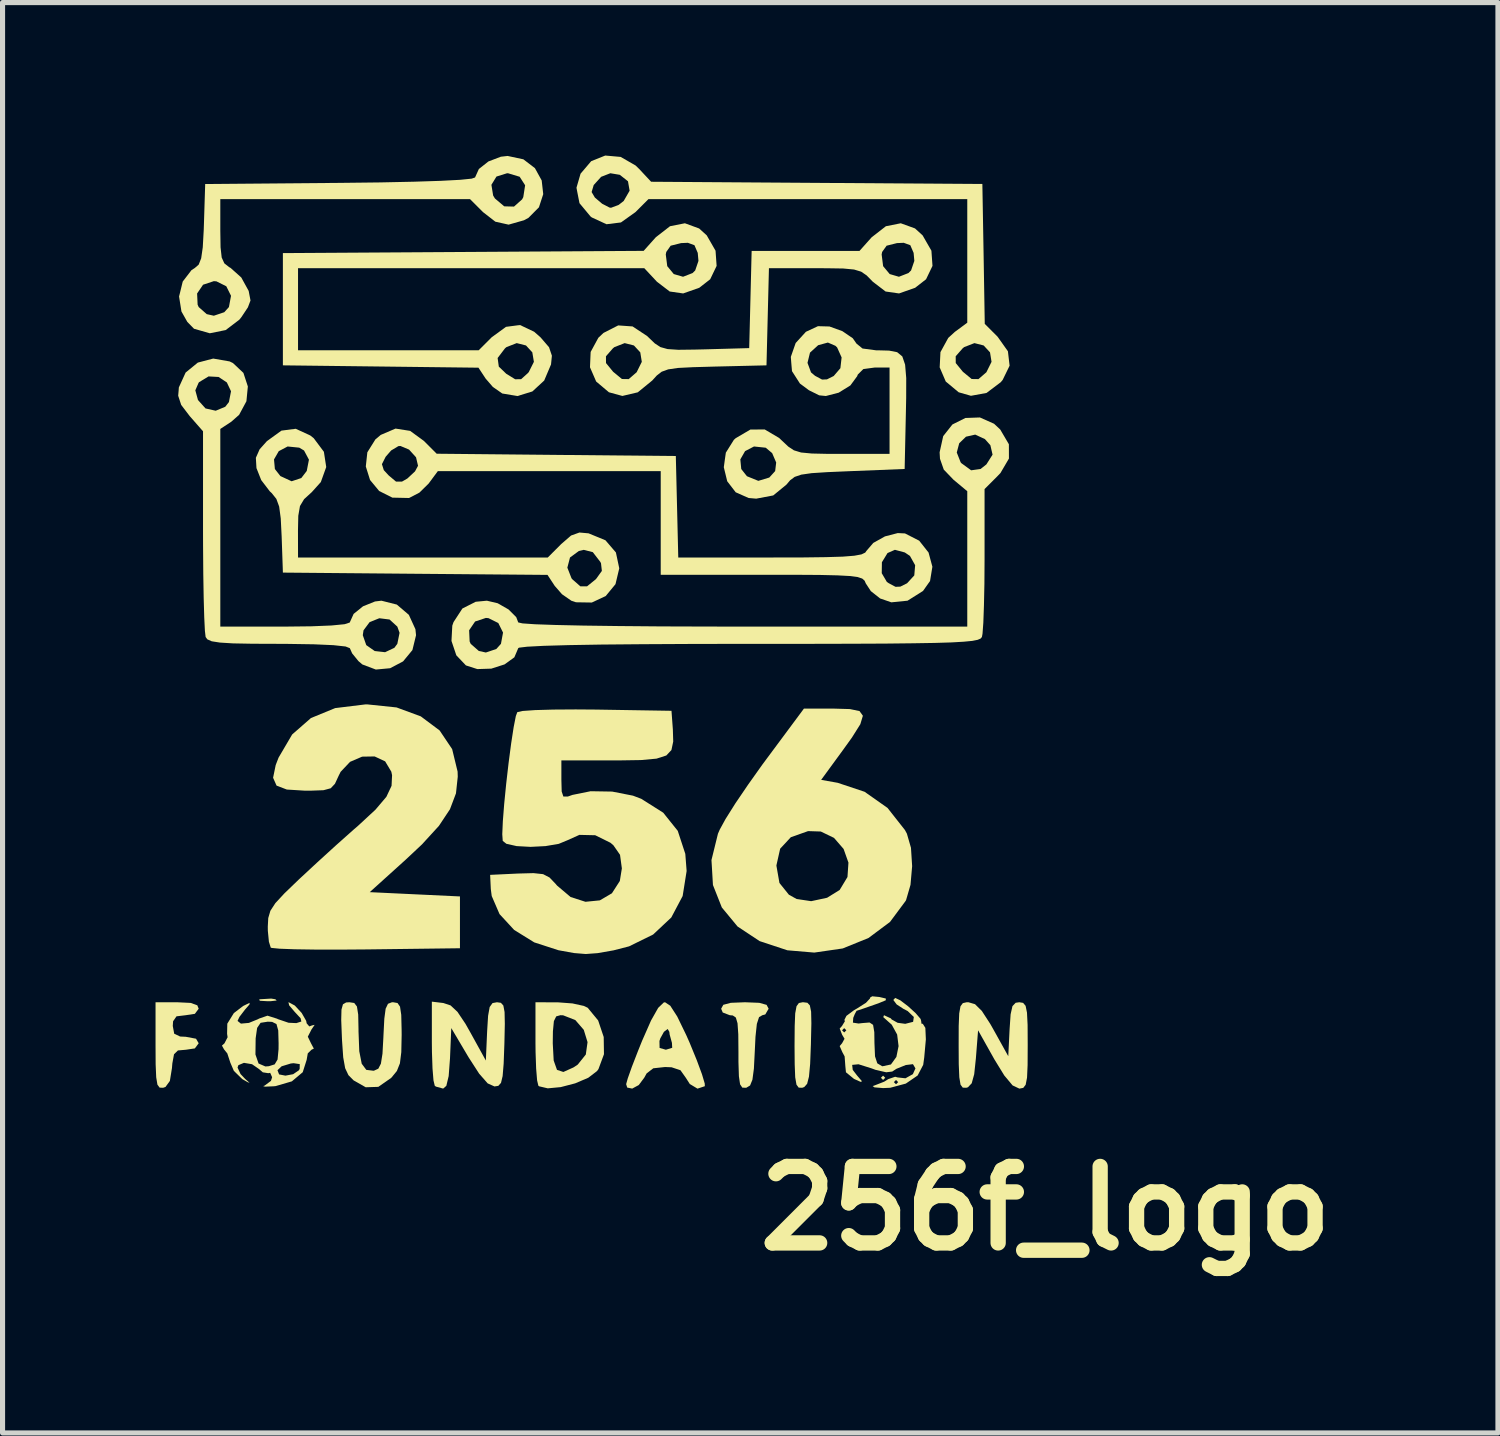
<source format=kicad_pcb>
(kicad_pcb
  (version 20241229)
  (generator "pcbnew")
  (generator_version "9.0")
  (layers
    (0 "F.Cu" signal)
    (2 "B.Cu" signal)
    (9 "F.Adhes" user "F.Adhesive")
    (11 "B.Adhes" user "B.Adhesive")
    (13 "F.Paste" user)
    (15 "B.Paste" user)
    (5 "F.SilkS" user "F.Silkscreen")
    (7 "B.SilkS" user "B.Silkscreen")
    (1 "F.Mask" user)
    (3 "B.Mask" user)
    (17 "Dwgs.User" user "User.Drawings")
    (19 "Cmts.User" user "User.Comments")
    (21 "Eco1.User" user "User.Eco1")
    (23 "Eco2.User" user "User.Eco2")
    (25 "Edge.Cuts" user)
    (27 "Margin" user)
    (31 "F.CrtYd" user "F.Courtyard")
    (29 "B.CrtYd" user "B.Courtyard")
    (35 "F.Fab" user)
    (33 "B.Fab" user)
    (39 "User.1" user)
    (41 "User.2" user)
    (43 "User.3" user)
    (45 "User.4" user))
  (footprint "256f_logo"
    (layer "F.Cu")
    (at 8.551 9.914)
    (property "Reference" "256f_logo" (at 8.9 10.73 0) (layer "F.SilkS") (effects (font (size 1.5 1.5) (thickness 0.3))))
    (attr board_only exclude_from_pos_files exclude_from_bom)
    (fp_poly (pts (xy 5.757 8.17) (xy 5.715 8.213) (xy 5.673 8.17) (xy 5.715 8.128)) (stroke (width 0) (type solid)) (fill yes) (layer "F.SilkS"))
    (fp_poly (pts (xy -6.202 6.63) (xy -6.175 6.655) (xy -6.293 6.668) (xy -6.35 6.669) (xy -6.504 6.66) (xy -6.522 6.638) (xy -6.498 6.63) (xy -6.283 6.617)) (stroke (width 0) (type solid)) (fill yes) (layer "F.SilkS"))
    (fp_poly (pts (xy 4.231 6.699) (xy 4.279 6.75) (xy 4.304 6.874) (xy 4.309 7.101) (xy 4.301 7.462) (xy 4.3 7.513) (xy 4.285 7.899) (xy 4.262 8.147) (xy 4.226 8.288) (xy 4.169 8.352) (xy 4.128 8.366) (xy 4.06 8.363) (xy 4.017 8.305) (xy 3.992 8.161) (xy 3.982 7.904) (xy 3.979 7.542) (xy 3.982 7.155) (xy 3.992 6.907) (xy 4.018 6.767) (xy 4.064 6.704) (xy 4.137 6.689) (xy 4.152 6.689)) (stroke (width 0) (type solid)) (fill yes) (layer "F.SilkS"))
    (fp_poly (pts (xy -7.862 6.702) (xy -7.732 6.749) (xy -7.705 6.816) (xy -7.78 6.916) (xy -7.959 6.943) (xy -8.14 6.965) (xy -8.207 7.062) (xy -8.213 7.154) (xy -8.185 7.306) (xy -8.069 7.361) (xy -7.959 7.366) (xy -7.757 7.404) (xy -7.705 7.493) (xy -7.78 7.594) (xy -7.954 7.62) (xy -8.112 7.634) (xy -8.189 7.709) (xy -8.222 7.891) (xy -8.229 7.979) (xy -8.27 8.232) (xy -8.356 8.35) (xy -8.403 8.366) (xy -8.471 8.363) (xy -8.514 8.305) (xy -8.538 8.161) (xy -8.549 7.904) (xy -8.551 7.542) (xy -8.551 6.689) (xy -8.128 6.689)) (stroke (width 0) (type solid)) (fill yes) (layer "F.SilkS"))
    (fp_poly (pts (xy 3.286 6.7) (xy 3.431 6.74) (xy 3.471 6.816) (xy 3.405 6.928) (xy 3.348 6.943) (xy 3.283 6.981) (xy 3.24 7.113) (xy 3.213 7.367) (xy 3.2 7.64) (xy 3.182 7.992) (xy 3.153 8.208) (xy 3.107 8.321) (xy 3.034 8.365) (xy 3.027 8.366) (xy 2.955 8.363) (xy 2.911 8.298) (xy 2.888 8.14) (xy 2.879 7.86) (xy 2.879 7.669) (xy 2.876 7.317) (xy 2.861 7.101) (xy 2.828 6.989) (xy 2.768 6.948) (xy 2.709 6.943) (xy 2.571 6.89) (xy 2.54 6.816) (xy 2.582 6.739) (xy 2.729 6.7) (xy 3.006 6.689)) (stroke (width 0) (type solid)) (fill yes) (layer "F.SilkS"))
    (fp_poly (pts (xy -2.907 6.704) (xy -2.766 6.751) (xy -2.631 6.877) (xy -2.474 7.111) (xy -2.378 7.281) (xy -2.074 7.832) (xy -2.049 7.26) (xy -2.03 6.954) (xy -1.999 6.782) (xy -1.943 6.705) (xy -1.856 6.689) (xy -1.779 6.7) (xy -1.731 6.753) (xy -1.707 6.88) (xy -1.702 7.112) (xy -1.71 7.48) (xy -1.711 7.514) (xy -1.725 7.894) (xy -1.745 8.136) (xy -1.777 8.27) (xy -1.829 8.328) (xy -1.905 8.34) (xy -2.038 8.28) (xy -2.205 8.09) (xy -2.413 7.768) (xy -2.752 7.195) (xy -2.777 7.789) (xy -2.803 8.136) (xy -2.849 8.328) (xy -2.911 8.382) (xy -3.053 8.343) (xy -3.076 8.326) (xy -3.101 8.221) (xy -3.12 7.988) (xy -3.131 7.667) (xy -3.133 7.473) (xy -3.133 6.677)) (stroke (width 0) (type solid)) (fill yes) (layer "F.SilkS"))
    (fp_poly (pts (xy -0.656 6.691) (xy -0.376 6.712) (xy -0.152 6.761) (xy -0.077 6.797) (xy 0.128 7.046) (xy 0.237 7.37) (xy 0.242 7.708) (xy 0.134 8) (xy 0.106 8.038) (xy -0.066 8.17) (xy -0.322 8.279) (xy -0.606 8.353) (xy -0.86 8.377) (xy -1.03 8.337) (xy -1.044 8.326) (xy -1.069 8.221) (xy -1.088 7.988) (xy -1.099 7.668) (xy -1.101 7.493) (xy -0.762 7.493) (xy -0.744 7.831) (xy -0.679 8.015) (xy -0.554 8.056) (xy -0.356 7.967) (xy -0.273 7.912) (xy -0.114 7.714) (xy -0.08 7.471) (xy -0.154 7.23) (xy -0.319 7.039) (xy -0.558 6.945) (xy -0.612 6.943) (xy -0.694 6.966) (xy -0.74 7.059) (xy -0.759 7.26) (xy -0.762 7.493) (xy -1.101 7.493) (xy -1.101 7.479) (xy -1.101 6.689)) (stroke (width 0) (type solid)) (fill yes) (layer "F.SilkS"))
    (fp_poly (pts (xy 1.542 6.757) (xy 1.679 6.969) (xy 1.855 7.332) (xy 1.924 7.488) (xy 2.062 7.825) (xy 2.164 8.101) (xy 2.218 8.283) (xy 2.22 8.335) (xy 2.076 8.383) (xy 1.925 8.292) (xy 1.847 8.17) (xy 1.742 8.022) (xy 1.568 7.964) (xy 1.439 7.959) (xy 1.209 7.984) (xy 1.079 8.084) (xy 1.031 8.17) (xy 0.925 8.312) (xy 0.796 8.382) (xy 0.698 8.362) (xy 0.677 8.295) (xy 0.708 8.184) (xy 0.789 7.955) (xy 0.908 7.648) (xy 0.988 7.449) (xy 1.33 7.449) (xy 1.333 7.585) (xy 1.456 7.62) (xy 1.58 7.582) (xy 1.575 7.486) (xy 1.53 7.321) (xy 1.524 7.269) (xy 1.491 7.213) (xy 1.418 7.269) (xy 1.346 7.399) (xy 1.33 7.449) (xy 0.988 7.449) (xy 0.988 7.449) (xy 1.165 7.047) (xy 1.305 6.799) (xy 1.414 6.694) (xy 1.44 6.689)) (stroke (width 0) (type solid)) (fill yes) (layer "F.SilkS"))
    (fp_poly (pts (xy 8.461 6.701) (xy 8.51 6.759) (xy 8.537 6.893) (xy 8.549 7.134) (xy 8.551 7.512) (xy 8.551 7.535) (xy 8.549 7.921) (xy 8.538 8.168) (xy 8.511 8.307) (xy 8.464 8.368) (xy 8.391 8.382) (xy 8.386 8.382) (xy 8.255 8.32) (xy 8.092 8.125) (xy 7.899 7.811) (xy 7.578 7.239) (xy 7.535 7.789) (xy 7.502 8.1) (xy 7.453 8.278) (xy 7.379 8.356) (xy 7.345 8.366) (xy 7.277 8.363) (xy 7.234 8.305) (xy 7.21 8.161) (xy 7.199 7.904) (xy 7.197 7.542) (xy 7.198 7.155) (xy 7.208 6.908) (xy 7.233 6.768) (xy 7.279 6.706) (xy 7.354 6.689) (xy 7.389 6.689) (xy 7.518 6.727) (xy 7.652 6.86) (xy 7.817 7.114) (xy 7.876 7.218) (xy 8.17 7.747) (xy 8.196 7.218) (xy 8.216 6.925) (xy 8.252 6.765) (xy 8.315 6.699) (xy 8.386 6.689)) (stroke (width 0) (type solid)) (fill yes) (layer "F.SilkS"))
    (fp_poly (pts (xy -3.806 6.704) (xy -3.757 6.775) (xy -3.733 6.936) (xy -3.726 7.221) (xy -3.725 7.328) (xy -3.732 7.667) (xy -3.759 7.887) (xy -3.819 8.037) (xy -3.923 8.164) (xy -3.933 8.174) (xy -4.183 8.348) (xy -4.43 8.356) (xy -4.667 8.221) (xy -4.769 8.118) (xy -4.833 7.982) (xy -4.871 7.77) (xy -4.894 7.439) (xy -4.897 7.374) (xy -4.91 7.036) (xy -4.905 6.832) (xy -4.876 6.729) (xy -4.814 6.693) (xy -4.75 6.689) (xy -4.655 6.703) (xy -4.602 6.772) (xy -4.577 6.931) (xy -4.571 7.218) (xy -4.571 7.26) (xy -4.556 7.65) (xy -4.508 7.895) (xy -4.418 8.015) (xy -4.278 8.032) (xy -4.266 8.03) (xy -4.183 7.992) (xy -4.132 7.893) (xy -4.101 7.698) (xy -4.083 7.371) (xy -4.082 7.344) (xy -4.065 7.012) (xy -4.039 6.815) (xy -3.993 6.719) (xy -3.918 6.69) (xy -3.891 6.689)) (stroke (width 0) (type solid)) (fill yes) (layer "F.SilkS"))
    (fp_poly (pts (xy 5.064 0.94) (xy 5.253 0.979) (xy 5.319 1.071) (xy 5.269 1.237) (xy 5.104 1.499) (xy 4.917 1.759) (xy 4.501 2.328) (xy 4.826 2.386) (xy 5.353 2.562) (xy 5.802 2.878) (xy 6.143 3.311) (xy 6.182 3.383) (xy 6.262 3.66) (xy 6.285 4.02) (xy 6.253 4.386) (xy 6.167 4.682) (xy 6.158 4.701) (xy 5.851 5.114) (xy 5.429 5.429) (xy 4.924 5.634) (xy 4.366 5.715) (xy 3.838 5.67) (xy 3.294 5.49) (xy 2.862 5.204) (xy 2.553 4.83) (xy 2.379 4.39) (xy 2.357 4.014) (xy 3.624 4.014) (xy 3.683 4.35) (xy 3.868 4.58) (xy 4.019 4.664) (xy 4.305 4.707) (xy 4.617 4.64) (xy 4.864 4.487) (xy 5.017 4.233) (xy 5.036 3.951) (xy 4.941 3.683) (xy 4.753 3.466) (xy 4.494 3.341) (xy 4.245 3.333) (xy 3.906 3.453) (xy 3.697 3.678) (xy 3.624 4.003) (xy 3.624 4.014) (xy 2.357 4.014) (xy 2.35 3.901) (xy 2.477 3.385) (xy 2.513 3.302) (xy 2.627 3.094) (xy 2.819 2.789) (xy 3.067 2.424) (xy 3.344 2.034) (xy 3.424 1.926) (xy 4.163 0.931) (xy 4.749 0.931)) (stroke (width 0) (type solid)) (fill yes) (layer "F.SilkS"))
    (fp_poly (pts (xy -3.825 0.908) (xy -3.35 1.083) (xy -2.981 1.359) (xy -2.735 1.725) (xy -2.628 2.166) (xy -2.625 2.267) (xy -2.66 2.593) (xy -2.778 2.905) (xy -2.994 3.23) (xy -3.327 3.594) (xy -3.649 3.896) (xy -4.351 4.53) (xy -3.467 4.572) (xy -2.582 4.614) (xy -2.582 5.122) (xy -2.582 5.63) (xy -4.408 5.653) (xy -4.948 5.657) (xy -5.43 5.656) (xy -5.828 5.65) (xy -6.118 5.639) (xy -6.273 5.624) (xy -6.292 5.618) (xy -6.328 5.503) (xy -6.349 5.288) (xy -6.35 5.207) (xy -6.341 5.038) (xy -6.299 4.895) (xy -6.202 4.746) (xy -6.025 4.555) (xy -5.747 4.287) (xy -5.728 4.269) (xy -5.384 3.95) (xy -5.011 3.61) (xy -4.673 3.309) (xy -4.577 3.226) (xy -4.238 2.912) (xy -4.025 2.661) (xy -3.923 2.445) (xy -3.913 2.237) (xy -3.928 2.167) (xy -4.049 1.965) (xy -4.255 1.869) (xy -4.5 1.873) (xy -4.737 1.975) (xy -4.922 2.171) (xy -4.96 2.247) (xy -5.033 2.405) (xy -5.116 2.493) (xy -5.257 2.531) (xy -5.503 2.54) (xy -5.626 2.54) (xy -5.977 2.518) (xy -6.178 2.441) (xy -6.246 2.287) (xy -6.195 2.038) (xy -6.138 1.891) (xy -5.872 1.438) (xy -5.504 1.116) (xy -5.029 0.921) (xy -4.44 0.849) (xy -4.391 0.849)) (stroke (width 0) (type solid)) (fill yes) (layer "F.SilkS"))
    (fp_poly (pts (xy 0.57 -9.887) (xy 0.862 -9.719) (xy 0.93 -9.653) (xy 1.167 -9.4) (xy 4.415 -9.378) (xy 7.662 -9.356) (xy 7.686 -7.984) (xy 7.709 -6.613) (xy 7.961 -6.361) (xy 8.163 -6.076) (xy 8.196 -5.793) (xy 8.06 -5.514) (xy 8.022 -5.469) (xy 7.744 -5.259) (xy 7.438 -5.203) (xy 7.197 -5.272) (xy 6.944 -5.483) (xy 6.825 -5.76) (xy 6.836 -5.978) (xy 7.139 -5.978) (xy 7.14 -5.845) (xy 7.279 -5.675) (xy 7.281 -5.673) (xy 7.452 -5.532) (xy 7.585 -5.53) (xy 7.74 -5.664) (xy 7.742 -5.667) (xy 7.842 -5.869) (xy 7.812 -6.055) (xy 7.687 -6.19) (xy 7.506 -6.236) (xy 7.304 -6.157) (xy 7.275 -6.133) (xy 7.139 -5.978) (xy 6.836 -5.978) (xy 6.84 -6.059) (xy 6.993 -6.338) (xy 7.122 -6.456) (xy 7.366 -6.636) (xy 7.366 -7.848) (xy 7.366 -9.059) (xy 4.24 -9.059) (xy 1.114 -9.059) (xy 0.86 -8.805) (xy 0.575 -8.602) (xy 0.292 -8.567) (xy 0.004 -8.7) (xy -0.021 -8.719) (xy -0.238 -8.98) (xy -0.281 -9.198) (xy 0 -9.198) (xy 0.064 -9.09) (xy 0.206 -8.969) (xy 0.351 -8.894) (xy 0.381 -8.89) (xy 0.53 -8.946) (xy 0.629 -9.023) (xy 0.745 -9.225) (xy 0.713 -9.409) (xy 0.553 -9.536) (xy 0.367 -9.567) (xy 0.187 -9.497) (xy 0.041 -9.336) (xy 0 -9.198) (xy -0.281 -9.198) (xy -0.297 -9.283) (xy -0.217 -9.558) (xy -0.009 -9.803) (xy 0.267 -9.914)) (stroke (width 0) (type solid)) (fill yes) (layer "F.SilkS"))
    (fp_poly (pts (xy 2.108 -8.484) (xy 2.257 -8.349) (xy 2.43 -8.048) (xy 2.451 -7.75) (xy 2.325 -7.488) (xy 2.111 -7.321) (xy 1.795 -7.21) (xy 1.531 -7.248) (xy 1.279 -7.441) (xy 1.27 -7.451) (xy 1.033 -7.705) (xy -2.362 -7.705) (xy -5.757 -7.705) (xy -5.757 -6.9) (xy -5.757 -6.096) (xy -3.986 -6.096) (xy -2.214 -6.096) (xy -1.96 -6.35) (xy -1.679 -6.555) (xy -1.405 -6.591) (xy -1.127 -6.459) (xy -1 -6.347) (xy -0.835 -6.155) (xy -0.779 -5.989) (xy -0.796 -5.818) (xy -0.93 -5.502) (xy -1.162 -5.288) (xy -1.455 -5.198) (xy -1.752 -5.248) (xy -1.936 -5.376) (xy -2.078 -5.54) (xy -2.219 -5.754) (xy -4.136 -5.777) (xy -6.054 -5.8) (xy -6.054 -5.944) (xy -1.843 -5.944) (xy -1.82 -5.775) (xy -1.674 -5.635) (xy -1.499 -5.527) (xy -1.382 -5.529) (xy -1.252 -5.646) (xy -1.233 -5.667) (xy -1.132 -5.869) (xy -1.163 -6.055) (xy -1.287 -6.19) (xy -1.469 -6.236) (xy -1.671 -6.157) (xy -1.699 -6.133) (xy -1.843 -5.944) (xy -6.054 -5.944) (xy -6.054 -6.9) (xy -6.054 -7.975) (xy 1.454 -7.975) (xy 1.483 -7.745) (xy 1.611 -7.59) (xy 1.793 -7.537) (xy 1.98 -7.61) (xy 2.031 -7.661) (xy 2.095 -7.848) (xy 2.081 -8.005) (xy 2.016 -8.156) (xy 1.887 -8.203) (xy 1.754 -8.197) (xy 1.55 -8.146) (xy 1.464 -8.024) (xy 1.454 -7.975) (xy -6.054 -7.975) (xy -6.054 -8.001) (xy -2.517 -8.023) (xy 1.02 -8.045) (xy 1.259 -8.312) (xy 1.537 -8.528) (xy 1.829 -8.586)) (stroke (width 0) (type solid)) (fill yes) (layer "F.SilkS"))
    (fp_poly (pts (xy -5.517 -4.425) (xy -5.449 -4.371) (xy -5.25 -4.105) (xy -5.204 -3.806) (xy -5.31 -3.511) (xy -5.487 -3.314) (xy -5.638 -3.176) (xy -5.719 -3.041) (xy -5.752 -2.85) (xy -5.758 -2.561) (xy -5.757 -2.032) (xy -3.309 -2.032) (xy -0.86 -2.032) (xy -0.596 -2.296) (xy -0.403 -2.463) (xy -0.239 -2.522) (xy -0.06 -2.506) (xy 0.271 -2.37) (xy 0.476 -2.131) (xy 0.542 -1.82) (xy 0.468 -1.509) (xy 0.276 -1.276) (xy 0.004 -1.149) (xy -0.306 -1.154) (xy -0.397 -1.184) (xy -0.581 -1.312) (xy -0.724 -1.476) (xy -0.865 -1.691) (xy -3.459 -1.713) (xy -6.054 -1.736) (xy -6.057 -1.833) (xy -0.476 -1.833) (xy -0.394 -1.624) (xy -0.376 -1.603) (xy -0.221 -1.467) (xy -0.089 -1.467) (xy 0.081 -1.605) (xy 0.087 -1.611) (xy 0.201 -1.769) (xy 0.184 -1.919) (xy 0.171 -1.945) (xy 0.023 -2.137) (xy -0.155 -2.182) (xy -0.25 -2.16) (xy -0.424 -2.032) (xy -0.476 -1.833) (xy -6.057 -1.833) (xy -6.078 -2.441) (xy -6.096 -2.799) (xy -6.127 -3.031) (xy -6.182 -3.181) (xy -6.272 -3.294) (xy -6.311 -3.33) (xy -6.479 -3.55) (xy -6.572 -3.785) (xy -6.582 -3.955) (xy -6.228 -3.955) (xy -6.211 -3.767) (xy -6.103 -3.629) (xy -5.883 -3.527) (xy -5.693 -3.59) (xy -5.586 -3.729) (xy -5.543 -3.95) (xy -5.639 -4.13) (xy -5.733 -4.186) (xy -5.961 -4.209) (xy -6.135 -4.117) (xy -6.228 -3.955) (xy -6.582 -3.955) (xy -6.584 -3.987) (xy -6.51 -4.154) (xy -6.366 -4.315) (xy -6.082 -4.52) (xy -5.802 -4.556)) (stroke (width 0) (type solid)) (fill yes) (layer "F.SilkS"))
    (fp_poly (pts (xy 0.091 0.95) (xy 1.566 0.974) (xy 1.593 1.34) (xy 1.6 1.577) (xy 1.565 1.743) (xy 1.465 1.85) (xy 1.273 1.912) (xy 0.966 1.94) (xy 0.519 1.947) (xy 0.413 1.947) (xy -0.593 1.947) (xy -0.593 2.326) (xy -0.587 2.557) (xy -0.554 2.655) (xy -0.466 2.655) (xy -0.375 2.623) (xy -0.019 2.551) (xy 0.403 2.558) (xy 0.811 2.638) (xy 0.974 2.7) (xy 1.404 2.972) (xy 1.689 3.328) (xy 1.837 3.779) (xy 1.863 4.115) (xy 1.785 4.606) (xy 1.562 5.027) (xy 1.206 5.361) (xy 0.734 5.593) (xy 0.431 5.671) (xy 0.116 5.726) (xy -0.115 5.743) (xy -0.346 5.724) (xy -0.65 5.669) (xy -1.125 5.515) (xy -1.519 5.271) (xy -1.806 4.96) (xy -1.959 4.606) (xy -1.977 4.468) (xy -1.99 4.191) (xy -1.441 4.165) (xy -1.139 4.157) (xy -0.952 4.177) (xy -0.825 4.243) (xy -0.703 4.371) (xy -0.679 4.4) (xy -0.413 4.625) (xy -0.121 4.719) (xy 0.161 4.691) (xy 0.398 4.552) (xy 0.553 4.311) (xy 0.593 4.064) (xy 0.557 3.798) (xy 0.427 3.611) (xy 0.37 3.562) (xy 0.071 3.414) (xy -0.24 3.407) (xy -0.471 3.511) (xy -0.645 3.583) (xy -0.905 3.627) (xy -1.197 3.642) (xy -1.47 3.627) (xy -1.671 3.582) (xy -1.743 3.525) (xy -1.752 3.395) (xy -1.741 3.14) (xy -1.714 2.796) (xy -1.675 2.403) (xy -1.628 1.996) (xy -1.578 1.615) (xy -1.529 1.296) (xy -1.486 1.077) (xy -1.457 1) (xy -1.352 0.977) (xy -1.107 0.96) (xy -0.751 0.95) (xy -0.312 0.947)) (stroke (width 0) (type solid)) (fill yes) (layer "F.SilkS"))
    (fp_poly (pts (xy -1.338 -9.84) (xy -1.112 -9.667) (xy -0.979 -9.426) (xy -0.949 -9.157) (xy -1.033 -8.899) (xy -1.24 -8.691) (xy -1.326 -8.645) (xy -1.628 -8.559) (xy -1.888 -8.617) (xy -2.13 -8.805) (xy -2.384 -9.059) (xy -4.833 -9.059) (xy -7.281 -9.059) (xy -7.281 -8.439) (xy -7.276 -8.114) (xy -7.254 -7.915) (xy -7.202 -7.8) (xy -7.108 -7.726) (xy -7.079 -7.71) (xy -6.87 -7.523) (xy -6.725 -7.26) (xy -6.689 -7.072) (xy -6.74 -6.937) (xy -6.867 -6.746) (xy -6.908 -6.695) (xy -7.175 -6.492) (xy -7.487 -6.429) (xy -7.795 -6.517) (xy -7.799 -6.52) (xy -7.928 -6.652) (xy -8.043 -6.856) (xy -8.09 -7.151) (xy -8.075 -7.209) (xy -7.736 -7.209) (xy -7.726 -6.99) (xy -7.705 -6.943) (xy -7.547 -6.804) (xy -7.408 -6.773) (xy -7.203 -6.842) (xy -7.112 -6.943) (xy -7.071 -7.164) (xy -7.164 -7.351) (xy -7.357 -7.447) (xy -7.408 -7.451) (xy -7.619 -7.381) (xy -7.736 -7.209) (xy -8.075 -7.209) (xy -8.018 -7.443) (xy -7.846 -7.667) (xy -7.781 -7.709) (xy -7.705 -7.775) (xy -7.656 -7.899) (xy -7.625 -8.114) (xy -7.606 -8.455) (xy -7.602 -8.574) (xy -7.578 -9.34) (xy -1.965 -9.34) (xy -1.931 -9.13) (xy -1.896 -9.072) (xy -1.714 -8.918) (xy -1.522 -8.913) (xy -1.363 -9.055) (xy -1.34 -9.099) (xy -1.304 -9.331) (xy -1.411 -9.498) (xy -1.64 -9.567) (xy -1.658 -9.567) (xy -1.866 -9.502) (xy -1.965 -9.34) (xy -7.578 -9.34) (xy -7.578 -9.356) (xy -4.932 -9.378) (xy -4.144 -9.387) (xy -3.483 -9.401) (xy -2.959 -9.418) (xy -2.579 -9.438) (xy -2.352 -9.461) (xy -2.286 -9.484) (xy -2.211 -9.65) (xy -2.024 -9.798) (xy -1.78 -9.891) (xy -1.647 -9.906)) (stroke (width 0) (type solid)) (fill yes) (layer "F.SilkS"))
    (fp_poly (pts (xy 6.341 -8.485) (xy 6.49 -8.349) (xy 6.663 -8.048) (xy 6.684 -7.75) (xy 6.558 -7.488) (xy 6.344 -7.321) (xy 6.028 -7.21) (xy 5.764 -7.248) (xy 5.512 -7.441) (xy 5.503 -7.451) (xy 5.392 -7.564) (xy 5.285 -7.637) (xy 5.146 -7.679) (xy 4.934 -7.699) (xy 4.613 -7.704) (xy 4.371 -7.705) (xy 3.477 -7.705) (xy 3.453 -6.752) (xy 3.429 -5.8) (xy 2.417 -5.776) (xy 1.988 -5.764) (xy 1.694 -5.749) (xy 1.501 -5.721) (xy 1.374 -5.675) (xy 1.278 -5.601) (xy 1.189 -5.503) (xy 0.905 -5.271) (xy 0.603 -5.2) (xy 0.339 -5.272) (xy 0.089 -5.483) (xy -0.032 -5.762) (xy -0.023 -5.978) (xy 0.281 -5.978) (xy 0.282 -5.845) (xy 0.421 -5.675) (xy 0.423 -5.673) (xy 0.594 -5.532) (xy 0.727 -5.53) (xy 0.882 -5.664) (xy 0.884 -5.667) (xy 0.984 -5.869) (xy 0.954 -6.055) (xy 0.829 -6.19) (xy 0.648 -6.236) (xy 0.446 -6.157) (xy 0.417 -6.133) (xy 0.281 -5.978) (xy -0.023 -5.978) (xy -0.019 -6.063) (xy 0.132 -6.341) (xy 0.233 -6.436) (xy 0.521 -6.583) (xy 0.803 -6.563) (xy 1.088 -6.375) (xy 1.117 -6.347) (xy 1.238 -6.231) (xy 1.349 -6.158) (xy 1.489 -6.119) (xy 1.699 -6.105) (xy 2.018 -6.109) (xy 2.232 -6.114) (xy 3.09 -6.138) (xy 3.114 -7.091) (xy 3.136 -7.975) (xy 5.687 -7.975) (xy 5.716 -7.745) (xy 5.845 -7.59) (xy 6.026 -7.537) (xy 6.213 -7.61) (xy 6.264 -7.661) (xy 6.328 -7.848) (xy 6.314 -8.005) (xy 6.249 -8.156) (xy 6.12 -8.203) (xy 5.987 -8.197) (xy 5.784 -8.146) (xy 5.697 -8.024) (xy 5.687 -7.975) (xy 3.136 -7.975) (xy 3.138 -8.043) (xy 4.195 -8.043) (xy 5.252 -8.043) (xy 5.491 -8.311) (xy 5.77 -8.528) (xy 6.062 -8.586)) (stroke (width 0) (type solid)) (fill yes) (layer "F.SilkS"))
    (fp_poly (pts (xy -7.099 -5.877) (xy -7.033 -5.845) (xy -6.828 -5.652) (xy -6.741 -5.386) (xy -6.769 -5.096) (xy -6.912 -4.83) (xy -7.066 -4.694) (xy -7.281 -4.553) (xy -7.281 -2.615) (xy -7.281 -0.677) (xy -6.011 -0.677) (xy -5.494 -0.683) (xy -5.1 -0.699) (xy -4.845 -0.724) (xy -4.743 -0.757) (xy -4.741 -0.762) (xy -4.667 -0.926) (xy -4.483 -1.075) (xy -4.247 -1.17) (xy -4.121 -1.185) (xy -3.82 -1.109) (xy -3.584 -0.908) (xy -3.455 -0.626) (xy -3.443 -0.508) (xy -3.514 -0.217) (xy -3.697 0.005) (xy -3.951 0.139) (xy -4.231 0.165) (xy -4.496 0.065) (xy -4.572 0) (xy -4.696 -0.152) (xy -4.741 -0.254) (xy -4.824 -0.287) (xy -5.063 -0.313) (xy -5.445 -0.33) (xy -5.958 -0.338) (xy -6.129 -0.339) (xy -6.653 -0.341) (xy -7.032 -0.348) (xy -7.289 -0.364) (xy -7.449 -0.389) (xy -7.535 -0.427) (xy -7.569 -0.473) (xy -7.573 -0.508) (xy -4.487 -0.508) (xy -4.419 -0.314) (xy -4.253 -0.198) (xy -4.05 -0.175) (xy -3.868 -0.261) (xy -3.81 -0.339) (xy -3.766 -0.555) (xy -3.81 -0.677) (xy -3.962 -0.816) (xy -4.163 -0.841) (xy -4.353 -0.765) (xy -4.473 -0.604) (xy -4.487 -0.508) (xy -7.573 -0.508) (xy -7.583 -0.593) (xy -7.596 -0.857) (xy -7.607 -1.238) (xy -7.615 -1.711) (xy -7.619 -2.251) (xy -7.62 -2.557) (xy -7.62 -4.507) (xy -7.882 -4.806) (xy -8.048 -5.024) (xy -8.107 -5.204) (xy -8.098 -5.31) (xy -7.771 -5.31) (xy -7.719 -5.12) (xy -7.571 -4.955) (xy -7.371 -4.91) (xy -7.184 -4.988) (xy -7.112 -5.08) (xy -7.071 -5.292) (xy -7.153 -5.465) (xy -7.315 -5.572) (xy -7.511 -5.583) (xy -7.696 -5.471) (xy -7.707 -5.458) (xy -7.771 -5.31) (xy -8.098 -5.31) (xy -8.094 -5.367) (xy -7.961 -5.659) (xy -7.722 -5.854) (xy -7.42 -5.933)) (stroke (width 0) (type solid)) (fill yes) (layer "F.SilkS"))
    (fp_poly (pts (xy -3.559 -4.515) (xy -3.29 -4.319) (xy -3.038 -4.067) (xy -0.693 -4.044) (xy 1.651 -4.022) (xy 1.675 -3.027) (xy 1.699 -2.032) (xy 3.519 -2.032) (xy 4.129 -2.033) (xy 4.591 -2.039) (xy 4.925 -2.049) (xy 5.151 -2.067) (xy 5.291 -2.093) (xy 5.365 -2.128) (xy 5.389 -2.162) (xy 5.523 -2.318) (xy 5.752 -2.446) (xy 6.003 -2.511) (xy 6.145 -2.504) (xy 6.423 -2.362) (xy 6.607 -2.129) (xy 6.682 -1.851) (xy 6.636 -1.571) (xy 6.498 -1.376) (xy 6.195 -1.185) (xy 5.877 -1.153) (xy 5.657 -1.229) (xy 5.475 -1.373) (xy 5.376 -1.524) (xy 5.353 -1.577) (xy 5.306 -1.619) (xy 5.216 -1.649) (xy 5.061 -1.669) (xy 4.821 -1.682) (xy 4.476 -1.69) (xy 4.004 -1.693) (xy 3.385 -1.693) (xy 3.339 -1.693) (xy 1.355 -1.693) (xy 1.355 -1.724) (xy 5.689 -1.724) (xy 5.79 -1.552) (xy 5.821 -1.531) (xy 5.959 -1.457) (xy 6.054 -1.461) (xy 6.186 -1.527) (xy 6.327 -1.681) (xy 6.344 -1.881) (xy 6.242 -2.063) (xy 6.141 -2.131) (xy 5.947 -2.183) (xy 5.802 -2.119) (xy 5.692 -1.939) (xy 5.689 -1.724) (xy 1.355 -1.724) (xy 1.355 -2.709) (xy 1.355 -3.725) (xy -0.831 -3.725) (xy -3.016 -3.725) (xy -3.196 -3.482) (xy -3.377 -3.304) (xy -3.573 -3.202) (xy -3.586 -3.199) (xy -3.907 -3.206) (xy -4.166 -3.336) (xy -4.345 -3.552) (xy -4.428 -3.817) (xy -4.423 -3.862) (xy -4.112 -3.862) (xy -4.075 -3.745) (xy -3.979 -3.641) (xy -3.836 -3.521) (xy -3.719 -3.52) (xy -3.613 -3.581) (xy -3.463 -3.721) (xy -3.404 -3.831) (xy -3.443 -3.997) (xy -3.58 -4.148) (xy -3.749 -4.219) (xy -3.789 -4.216) (xy -3.931 -4.131) (xy -4.039 -4.007) (xy -4.112 -3.862) (xy -4.423 -3.862) (xy -4.398 -4.095) (xy -4.24 -4.348) (xy -4.135 -4.436) (xy -3.845 -4.56)) (stroke (width 0) (type solid)) (fill yes) (layer "F.SilkS"))
    (fp_poly (pts (xy 4.664 -6.562) (xy 4.916 -6.471) (xy 5.121 -6.331) (xy 5.194 -6.226) (xy 5.312 -6.13) (xy 5.576 -6.095) (xy 5.607 -6.095) (xy 5.833 -6.089) (xy 5.991 -6.058) (xy 6.092 -5.975) (xy 6.147 -5.814) (xy 6.169 -5.551) (xy 6.168 -5.159) (xy 6.162 -4.862) (xy 6.138 -3.768) (xy 5.066 -3.725) (xy 4.622 -3.706) (xy 4.314 -3.686) (xy 4.112 -3.657) (xy 3.982 -3.613) (xy 3.893 -3.547) (xy 3.819 -3.46) (xy 3.561 -3.249) (xy 3.227 -3.186) (xy 3.078 -3.199) (xy 2.825 -3.311) (xy 2.659 -3.527) (xy 2.592 -3.802) (xy 2.613 -3.956) (xy 2.916 -3.956) (xy 2.934 -3.767) (xy 3.045 -3.626) (xy 3.269 -3.535) (xy 3.484 -3.6) (xy 3.599 -3.727) (xy 3.619 -3.895) (xy 3.54 -4.079) (xy 3.414 -4.185) (xy 3.184 -4.209) (xy 3.009 -4.118) (xy 2.916 -3.956) (xy 2.613 -3.956) (xy 2.632 -4.088) (xy 2.789 -4.339) (xy 2.824 -4.371) (xy 3.113 -4.541) (xy 3.394 -4.543) (xy 3.677 -4.376) (xy 3.738 -4.318) (xy 3.856 -4.207) (xy 3.966 -4.134) (xy 4.107 -4.091) (xy 4.318 -4.071) (xy 4.635 -4.064) (xy 4.917 -4.064) (xy 5.842 -4.064) (xy 5.842 -4.911) (xy 5.842 -5.757) (xy 5.551 -5.757) (xy 5.328 -5.727) (xy 5.219 -5.619) (xy 5.207 -5.587) (xy 5.074 -5.406) (xy 4.845 -5.264) (xy 4.593 -5.199) (xy 4.462 -5.212) (xy 4.261 -5.312) (xy 4.085 -5.443) (xy 3.929 -5.686) (xy 3.915 -5.849) (xy 4.233 -5.849) (xy 4.302 -5.662) (xy 4.381 -5.595) (xy 4.519 -5.521) (xy 4.615 -5.525) (xy 4.747 -5.591) (xy 4.878 -5.744) (xy 4.902 -5.955) (xy 4.814 -6.151) (xy 4.781 -6.183) (xy 4.633 -6.247) (xy 4.442 -6.195) (xy 4.282 -6.049) (xy 4.233 -5.849) (xy 3.915 -5.849) (xy 3.906 -5.966) (xy 4.001 -6.238) (xy 4.202 -6.458) (xy 4.438 -6.568)) (stroke (width 0) (type solid)) (fill yes) (layer "F.SilkS"))
    (fp_poly (pts (xy -5.821 6.753) (xy -5.686 6.898) (xy -5.597 7.054) (xy -5.588 7.102) (xy -5.536 7.163) (xy -5.482 7.143) (xy -5.431 7.132) (xy -5.493 7.223) (xy -5.565 7.364) (xy -5.503 7.493) (xy -5.447 7.598) (xy -5.493 7.62) (xy -5.566 7.692) (xy -5.588 7.819) (xy -5.665 8.061) (xy -5.878 8.24) (xy -6.196 8.333) (xy -6.238 8.337) (xy -6.405 8.344) (xy -6.441 8.333) (xy -6.413 8.324) (xy -6.288 8.231) (xy -6.265 8.159) (xy -6.303 8.073) (xy -6.34 8.08) (xy -6.448 8.063) (xy -6.495 8.022) (xy -6.16 8.022) (xy -6.128 8.104) (xy -6.004 8.128) (xy -5.853 8.1) (xy -5.74 8.023) (xy -5.725 7.995) (xy -5.723 7.902) (xy -5.844 7.884) (xy -5.899 7.89) (xy -6.079 7.945) (xy -6.16 8.022) (xy -6.495 8.022) (xy -6.52 8) (xy -6.659 7.904) (xy -6.818 7.877) (xy -6.927 7.923) (xy -6.943 7.97) (xy -6.884 8.097) (xy -6.795 8.191) (xy -6.707 8.269) (xy -6.745 8.256) (xy -6.85 8.196) (xy -7.015 8.035) (xy -7.085 7.872) (xy -7.137 7.713) (xy -6.592 7.713) (xy -6.531 7.89) (xy -6.397 7.948) (xy -6.329 7.943) (xy -6.215 7.907) (xy -6.158 7.811) (xy -6.139 7.609) (xy -6.138 7.493) (xy -6.145 7.242) (xy -6.18 7.116) (xy -6.265 7.074) (xy -6.35 7.07) (xy -6.491 7.092) (xy -6.559 7.192) (xy -6.588 7.396) (xy -6.592 7.713) (xy -7.137 7.713) (xy -7.144 7.692) (xy -7.208 7.613) (xy -7.249 7.539) (xy -7.2 7.495) (xy -7.138 7.375) (xy -7.148 7.309) (xy -7.144 7.109) (xy -7.016 6.902) (xy -6.835 6.763) (xy -6.706 6.7) (xy -6.709 6.732) (xy -6.795 6.831) (xy -6.906 6.976) (xy -6.943 7.055) (xy -6.877 7.108) (xy -6.721 7.094) (xy -6.539 7.02) (xy -6.523 7.01) (xy -6.356 6.952) (xy -6.166 7.012) (xy -6.155 7.019) (xy -5.943 7.091) (xy -5.791 7.098) (xy -5.692 7.067) (xy -5.706 7.003) (xy -5.822 6.878) (xy -5.931 6.75) (xy -5.945 6.689) (xy -5.94 6.689)) (stroke (width 0) (type solid)) (fill yes) (layer "F.SilkS"))
    (fp_poly (pts (xy 7.891 -4.655) (xy 8.012 -4.542) (xy 8.182 -4.253) (xy 8.183 -3.972) (xy 8.017 -3.689) (xy 7.959 -3.628) (xy 7.705 -3.374) (xy 7.705 -1.99) (xy 7.702 -1.515) (xy 7.693 -1.093) (xy 7.681 -0.757) (xy 7.665 -0.537) (xy 7.653 -0.473) (xy 7.628 -0.443) (xy 7.57 -0.418) (xy 7.464 -0.397) (xy 7.297 -0.381) (xy 7.057 -0.367) (xy 6.73 -0.357) (xy 6.303 -0.35) (xy 5.763 -0.344) (xy 5.096 -0.341) (xy 4.29 -0.339) (xy 3.33 -0.339) (xy 3.081 -0.339) (xy 1.965 -0.337) (xy 1.003 -0.332) (xy 0.196 -0.325) (xy -0.452 -0.314) (xy -0.94 -0.3) (xy -1.264 -0.283) (xy -1.423 -0.264) (xy -1.439 -0.254) (xy -1.515 -0.075) (xy -1.707 0.064) (xy -1.966 0.147) (xy -2.241 0.156) (xy -2.465 0.084) (xy -2.653 -0.114) (xy -2.748 -0.396) (xy -2.737 -0.605) (xy -2.402 -0.605) (xy -2.392 -0.386) (xy -2.371 -0.339) (xy -2.213 -0.2) (xy -2.074 -0.169) (xy -1.869 -0.238) (xy -1.778 -0.339) (xy -1.737 -0.56) (xy -1.83 -0.747) (xy -2.023 -0.843) (xy -2.074 -0.847) (xy -2.285 -0.777) (xy -2.402 -0.605) (xy -2.737 -0.605) (xy -2.732 -0.696) (xy -2.708 -0.765) (xy -2.534 -1.032) (xy -2.273 -1.164) (xy -2.054 -1.185) (xy -1.842 -1.135) (xy -1.63 -1.014) (xy -1.478 -0.862) (xy -1.439 -0.759) (xy -1.356 -0.74) (xy -1.11 -0.723) (xy -0.709 -0.709) (xy -0.161 -0.697) (xy 0.529 -0.688) (xy 1.353 -0.681) (xy 2.303 -0.678) (xy 2.963 -0.677) (xy 7.366 -0.677) (xy 7.366 -2.005) (xy 7.366 -3.332) (xy 7.095 -3.558) (xy 6.905 -3.756) (xy 6.831 -3.968) (xy 6.824 -4.091) (xy 7.16 -4.091) (xy 7.236 -3.899) (xy 7.25 -3.882) (xy 7.442 -3.742) (xy 7.627 -3.768) (xy 7.741 -3.858) (xy 7.862 -4.049) (xy 7.819 -4.234) (xy 7.712 -4.354) (xy 7.522 -4.442) (xy 7.341 -4.401) (xy 7.208 -4.272) (xy 7.16 -4.091) (xy 6.824 -4.091) (xy 6.824 -4.095) (xy 6.894 -4.412) (xy 7.075 -4.641) (xy 7.329 -4.768) (xy 7.614 -4.778)) (stroke (width 0) (type solid)) (fill yes) (layer "F.SilkS"))
    (fp_poly (pts (xy 5.643 6.586) (xy 5.769 6.616) (xy 5.768 6.65) (xy 5.626 6.709) (xy 5.534 6.741) (xy 5.328 6.813) (xy 5.207 6.853) (xy 5.195 6.857) (xy 5.159 6.924) (xy 5.13 6.995) (xy 5.124 7.089) (xy 5.234 7.106) (xy 5.312 7.097) (xy 5.45 7.086) (xy 5.519 7.132) (xy 5.543 7.275) (xy 5.546 7.488) (xy 5.557 7.75) (xy 5.602 7.887) (xy 5.695 7.942) (xy 5.705 7.944) (xy 5.869 7.909) (xy 5.976 7.761) (xy 6.019 7.549) (xy 5.991 7.322) (xy 5.885 7.129) (xy 5.823 7.074) (xy 5.719 6.981) (xy 5.733 6.943) (xy 5.867 7.005) (xy 5.884 7.027) (xy 6.001 7.092) (xy 6.15 7.112) (xy 6.304 7.073) (xy 6.318 6.978) (xy 6.198 6.862) (xy 6.112 6.817) (xy 5.981 6.731) (xy 5.916 6.644) (xy 5.953 6.604) (xy 6.054 6.652) (xy 6.205 6.767) (xy 6.354 6.903) (xy 6.451 7.016) (xy 6.462 7.057) (xy 6.468 7.109) (xy 6.494 7.112) (xy 6.544 7.191) (xy 6.554 7.417) (xy 6.522 7.772) (xy 6.502 7.916) (xy 6.393 8.125) (xy 6.161 8.284) (xy 5.854 8.366) (xy 5.715 8.372) (xy 5.546 8.358) (xy 5.511 8.333) (xy 5.546 8.321) (xy 5.715 8.255) (xy 5.927 8.255) (xy 5.969 8.297) (xy 6.011 8.255) (xy 5.969 8.213) (xy 5.927 8.255) (xy 5.715 8.255) (xy 5.738 8.246) (xy 5.817 8.196) (xy 5.952 8.15) (xy 6 8.163) (xy 6.154 8.18) (xy 6.299 8.099) (xy 6.35 7.986) (xy 6.301 7.903) (xy 6.16 7.92) (xy 5.977 7.994) (xy 5.894 8.048) (xy 5.776 8.062) (xy 5.569 8.015) (xy 5.488 7.985) (xy 5.234 7.905) (xy 5.109 7.917) (xy 5.12 8.015) (xy 5.204 8.124) (xy 5.302 8.239) (xy 5.274 8.25) (xy 5.145 8.192) (xy 4.987 8.062) (xy 4.975 7.941) (xy 4.961 7.75) (xy 4.917 7.669) (xy 4.864 7.548) (xy 4.911 7.493) (xy 4.959 7.405) (xy 4.911 7.324) (xy 4.878 7.239) (xy 4.911 7.239) (xy 4.953 7.281) (xy 4.995 7.239) (xy 4.953 7.197) (xy 4.911 7.239) (xy 4.878 7.239) (xy 4.864 7.205) (xy 4.908 7.156) (xy 4.966 7.062) (xy 4.957 7.034) (xy 4.996 6.956) (xy 5.146 6.844) (xy 5.204 6.811) (xy 5.379 6.7) (xy 5.459 6.614) (xy 5.458 6.6) (xy 5.502 6.572)) (stroke (width 0) (type solid)) (fill yes) (layer "F.SilkS")))
  (gr_rect
    (start -3 -3)
    (end 26.323 25.048)
    (stroke (width 0.1) (type default))
    (fill no)
    (layer "Edge.Cuts")))
</source>
